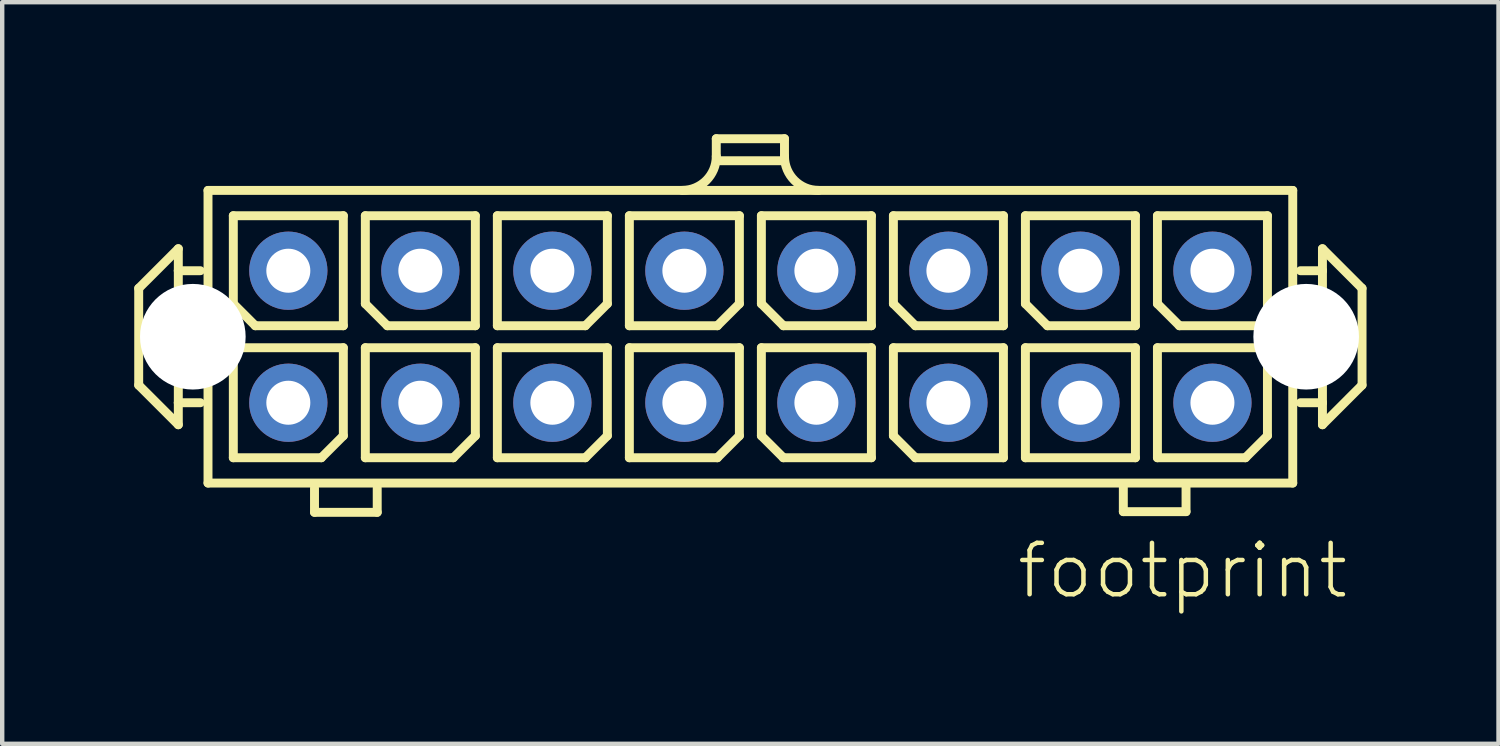
<source format=kicad_pcb>
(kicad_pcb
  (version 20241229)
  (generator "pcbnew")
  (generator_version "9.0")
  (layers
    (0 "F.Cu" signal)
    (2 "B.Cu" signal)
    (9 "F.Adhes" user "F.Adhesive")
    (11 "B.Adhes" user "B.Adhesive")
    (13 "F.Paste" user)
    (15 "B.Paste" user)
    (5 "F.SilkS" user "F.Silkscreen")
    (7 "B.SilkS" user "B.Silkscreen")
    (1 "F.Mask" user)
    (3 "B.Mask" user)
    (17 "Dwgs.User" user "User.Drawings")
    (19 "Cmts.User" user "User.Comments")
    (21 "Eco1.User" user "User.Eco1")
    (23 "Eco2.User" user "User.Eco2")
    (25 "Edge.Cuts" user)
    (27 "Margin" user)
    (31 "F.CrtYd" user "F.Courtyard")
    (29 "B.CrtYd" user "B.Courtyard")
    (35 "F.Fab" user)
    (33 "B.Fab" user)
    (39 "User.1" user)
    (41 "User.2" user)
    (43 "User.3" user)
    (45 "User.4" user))
  (footprint "footprint"
    (layer "F.Cu")
    (at 14.002 4.602)
    (property "Reference" "footprint" (at 6 6 0) (layer "F.SilkS") (effects (font (size 1.168 1.168) (thickness 0.102)) (justify left bottom)))
    (fp_line (start -13.9 -1.1) (end -13 -2) (stroke (width 0.203) (type solid)) (layer "F.SilkS"))
    (fp_line (start -13.9 1.1) (end -13.9 -1.1) (stroke (width 0.203) (type solid)) (layer "F.SilkS"))
    (fp_line (start -13 -2) (end -13 -1.5) (stroke (width 0.203) (type solid)) (layer "F.SilkS"))
    (fp_line (start -13 -1.5) (end -13 1.5) (stroke (width 0.203) (type solid)) (layer "F.SilkS"))
    (fp_line (start -13 -1.5) (end -12.5 -1.5) (stroke (width 0.203) (type solid)) (layer "F.SilkS"))
    (fp_line (start -13 1.5) (end -13 2) (stroke (width 0.203) (type solid)) (layer "F.SilkS"))
    (fp_line (start -13 1.5) (end -12.5 1.5) (stroke (width 0.203) (type solid)) (layer "F.SilkS"))
    (fp_line (start -13 2) (end -13.9 1.1) (stroke (width 0.203) (type solid)) (layer "F.SilkS"))
    (fp_line (start -12.325 -3.325) (end 12.325 -3.325) (stroke (width 0.203) (type solid)) (layer "F.SilkS"))
    (fp_line (start -12.325 3.325) (end -12.325 -3.325) (stroke (width 0.203) (type solid)) (layer "F.SilkS"))
    (fp_line (start -11.75 -2.75) (end -11.75 -0.75) (stroke (width 0.203) (type solid)) (layer "F.SilkS"))
    (fp_line (start -11.75 0.25) (end -11.75 2.75) (stroke (width 0.203) (type solid)) (layer "F.SilkS"))
    (fp_line (start -11.75 0.25) (end -9.25 0.25) (stroke (width 0.203) (type solid)) (layer "F.SilkS"))
    (fp_line (start -11.75 2.75) (end -9.75 2.75) (stroke (width 0.203) (type solid)) (layer "F.SilkS"))
    (fp_line (start -11.25 -0.25) (end -11.75 -0.75) (stroke (width 0.203) (type solid)) (layer "F.SilkS"))
    (fp_line (start -11.25 -0.25) (end -9.25 -0.25) (stroke (width 0.203) (type solid)) (layer "F.SilkS"))
    (fp_line (start -9.905 3.99) (end -9.905 3.44) (stroke (width 0.203) (type solid)) (layer "F.SilkS"))
    (fp_line (start -9.75 2.75) (end -9.25 2.25) (stroke (width 0.203) (type solid)) (layer "F.SilkS"))
    (fp_line (start -9.25 -2.75) (end -11.75 -2.75) (stroke (width 0.203) (type solid)) (layer "F.SilkS"))
    (fp_line (start -9.25 -2.75) (end -9.25 -0.25) (stroke (width 0.203) (type solid)) (layer "F.SilkS"))
    (fp_line (start -9.25 0.25) (end -9.25 2.25) (stroke (width 0.203) (type solid)) (layer "F.SilkS"))
    (fp_line (start -8.75 -2.75) (end -8.75 -0.75) (stroke (width 0.203) (type solid)) (layer "F.SilkS"))
    (fp_line (start -8.75 0.25) (end -8.75 2.75) (stroke (width 0.203) (type solid)) (layer "F.SilkS"))
    (fp_line (start -8.75 0.25) (end -6.25 0.25) (stroke (width 0.203) (type solid)) (layer "F.SilkS"))
    (fp_line (start -8.75 2.75) (end -6.75 2.75) (stroke (width 0.203) (type solid)) (layer "F.SilkS"))
    (fp_line (start -8.48 3.99) (end -9.905 3.99) (stroke (width 0.203) (type solid)) (layer "F.SilkS"))
    (fp_line (start -8.48 3.99) (end -8.48 3.44) (stroke (width 0.203) (type solid)) (layer "F.SilkS"))
    (fp_line (start -8.25 -0.25) (end -8.75 -0.75) (stroke (width 0.203) (type solid)) (layer "F.SilkS"))
    (fp_line (start -8.25 -0.25) (end -6.25 -0.25) (stroke (width 0.203) (type solid)) (layer "F.SilkS"))
    (fp_line (start -6.75 2.75) (end -6.25 2.25) (stroke (width 0.203) (type solid)) (layer "F.SilkS"))
    (fp_line (start -6.25 -2.75) (end -8.75 -2.75) (stroke (width 0.203) (type solid)) (layer "F.SilkS"))
    (fp_line (start -6.25 -2.75) (end -6.25 -0.25) (stroke (width 0.203) (type solid)) (layer "F.SilkS"))
    (fp_line (start -6.25 0.25) (end -6.25 2.25) (stroke (width 0.203) (type solid)) (layer "F.SilkS"))
    (fp_line (start -5.75 -2.75) (end -5.75 -0.25) (stroke (width 0.203) (type solid)) (layer "F.SilkS"))
    (fp_line (start -5.75 -0.25) (end -3.75 -0.25) (stroke (width 0.203) (type solid)) (layer "F.SilkS"))
    (fp_line (start -5.75 0.25) (end -5.75 2.75) (stroke (width 0.203) (type solid)) (layer "F.SilkS"))
    (fp_line (start -5.75 0.25) (end -3.25 0.25) (stroke (width 0.203) (type solid)) (layer "F.SilkS"))
    (fp_line (start -5.75 2.75) (end -3.75 2.75) (stroke (width 0.203) (type solid)) (layer "F.SilkS"))
    (fp_line (start -3.75 -0.25) (end -3.25 -0.75) (stroke (width 0.203) (type solid)) (layer "F.SilkS"))
    (fp_line (start -3.75 2.75) (end -3.25 2.25) (stroke (width 0.203) (type solid)) (layer "F.SilkS"))
    (fp_line (start -3.25 -2.75) (end -5.75 -2.75) (stroke (width 0.203) (type solid)) (layer "F.SilkS"))
    (fp_line (start -3.25 -2.75) (end -3.25 -0.75) (stroke (width 0.203) (type solid)) (layer "F.SilkS"))
    (fp_line (start -3.25 0.25) (end -3.25 2.25) (stroke (width 0.203) (type solid)) (layer "F.SilkS"))
    (fp_line (start -2.75 -2.75) (end -2.75 -0.25) (stroke (width 0.203) (type solid)) (layer "F.SilkS"))
    (fp_line (start -2.75 -0.25) (end -0.75 -0.25) (stroke (width 0.203) (type solid)) (layer "F.SilkS"))
    (fp_line (start -2.75 0.25) (end -2.75 2.75) (stroke (width 0.203) (type solid)) (layer "F.SilkS"))
    (fp_line (start -2.75 0.25) (end -0.25 0.25) (stroke (width 0.203) (type solid)) (layer "F.SilkS"))
    (fp_line (start -2.75 2.75) (end -0.75 2.75) (stroke (width 0.203) (type solid)) (layer "F.SilkS"))
    (fp_line (start -0.775 -4.5) (end 0.775 -4.5) (stroke (width 0.203) (type solid)) (layer "F.SilkS"))
    (fp_line (start -0.775 -4.1) (end -0.775 -4.5) (stroke (width 0.203) (type solid)) (layer "F.SilkS"))
    (fp_line (start -0.75 -0.25) (end -0.25 -0.75) (stroke (width 0.203) (type solid)) (layer "F.SilkS"))
    (fp_line (start -0.75 2.75) (end -0.25 2.25) (stroke (width 0.203) (type solid)) (layer "F.SilkS"))
    (fp_line (start -0.25 -2.75) (end -2.75 -2.75) (stroke (width 0.203) (type solid)) (layer "F.SilkS"))
    (fp_line (start -0.25 -2.75) (end -0.25 -0.75) (stroke (width 0.203) (type solid)) (layer "F.SilkS"))
    (fp_line (start -0.25 0.25) (end -0.25 2.25) (stroke (width 0.203) (type solid)) (layer "F.SilkS"))
    (fp_line (start 0.25 -2.75) (end 0.25 -0.75) (stroke (width 0.203) (type solid)) (layer "F.SilkS"))
    (fp_line (start 0.25 0.25) (end 0.25 2.25) (stroke (width 0.203) (type solid)) (layer "F.SilkS"))
    (fp_line (start 0.25 0.25) (end 2.75 0.25) (stroke (width 0.203) (type solid)) (layer "F.SilkS"))
    (fp_line (start 0.75 -4) (end -0.75 -4) (stroke (width 0.203) (type solid)) (layer "F.SilkS"))
    (fp_line (start 0.75 -0.25) (end 0.25 -0.75) (stroke (width 0.203) (type solid)) (layer "F.SilkS"))
    (fp_line (start 0.75 -0.25) (end 2.75 -0.25) (stroke (width 0.203) (type solid)) (layer "F.SilkS"))
    (fp_line (start 0.75 2.75) (end 0.25 2.25) (stroke (width 0.203) (type solid)) (layer "F.SilkS"))
    (fp_line (start 0.75 2.75) (end 2.75 2.75) (stroke (width 0.203) (type solid)) (layer "F.SilkS"))
    (fp_line (start 0.775 -4.1) (end 0.775 -4.5) (stroke (width 0.203) (type solid)) (layer "F.SilkS"))
    (fp_line (start 2.75 -2.75) (end 0.25 -2.75) (stroke (width 0.203) (type solid)) (layer "F.SilkS"))
    (fp_line (start 2.75 -2.75) (end 2.75 -0.25) (stroke (width 0.203) (type solid)) (layer "F.SilkS"))
    (fp_line (start 2.75 0.25) (end 2.75 2.75) (stroke (width 0.203) (type solid)) (layer "F.SilkS"))
    (fp_line (start 3.25 -2.75) (end 3.25 -0.75) (stroke (width 0.203) (type solid)) (layer "F.SilkS"))
    (fp_line (start 3.25 0.25) (end 3.25 2.25) (stroke (width 0.203) (type solid)) (layer "F.SilkS"))
    (fp_line (start 3.25 0.25) (end 5.75 0.25) (stroke (width 0.203) (type solid)) (layer "F.SilkS"))
    (fp_line (start 3.75 -0.25) (end 3.25 -0.75) (stroke (width 0.203) (type solid)) (layer "F.SilkS"))
    (fp_line (start 3.75 -0.25) (end 5.75 -0.25) (stroke (width 0.203) (type solid)) (layer "F.SilkS"))
    (fp_line (start 3.75 2.75) (end 3.25 2.25) (stroke (width 0.203) (type solid)) (layer "F.SilkS"))
    (fp_line (start 3.75 2.75) (end 5.75 2.75) (stroke (width 0.203) (type solid)) (layer "F.SilkS"))
    (fp_line (start 5.75 -2.75) (end 3.25 -2.75) (stroke (width 0.203) (type solid)) (layer "F.SilkS"))
    (fp_line (start 5.75 -2.75) (end 5.75 -0.25) (stroke (width 0.203) (type solid)) (layer "F.SilkS"))
    (fp_line (start 5.75 0.25) (end 5.75 2.75) (stroke (width 0.203) (type solid)) (layer "F.SilkS"))
    (fp_line (start 6.25 -2.75) (end 6.25 -0.75) (stroke (width 0.203) (type solid)) (layer "F.SilkS"))
    (fp_line (start 6.25 0.25) (end 6.25 2.75) (stroke (width 0.203) (type solid)) (layer "F.SilkS"))
    (fp_line (start 6.25 0.25) (end 8.75 0.25) (stroke (width 0.203) (type solid)) (layer "F.SilkS"))
    (fp_line (start 6.25 2.75) (end 8.75 2.75) (stroke (width 0.203) (type solid)) (layer "F.SilkS"))
    (fp_line (start 6.75 -0.25) (end 6.25 -0.75) (stroke (width 0.203) (type solid)) (layer "F.SilkS"))
    (fp_line (start 6.75 -0.25) (end 8.75 -0.25) (stroke (width 0.203) (type solid)) (layer "F.SilkS"))
    (fp_line (start 8.475 3.975) (end 8.475 3.425) (stroke (width 0.203) (type solid)) (layer "F.SilkS"))
    (fp_line (start 8.75 -2.75) (end 6.25 -2.75) (stroke (width 0.203) (type solid)) (layer "F.SilkS"))
    (fp_line (start 8.75 -2.75) (end 8.75 -0.25) (stroke (width 0.203) (type solid)) (layer "F.SilkS"))
    (fp_line (start 8.75 0.25) (end 8.75 2.75) (stroke (width 0.203) (type solid)) (layer "F.SilkS"))
    (fp_line (start 9.25 -2.75) (end 9.25 -0.75) (stroke (width 0.203) (type solid)) (layer "F.SilkS"))
    (fp_line (start 9.25 0.25) (end 9.25 2.75) (stroke (width 0.203) (type solid)) (layer "F.SilkS"))
    (fp_line (start 9.25 0.25) (end 11.75 0.25) (stroke (width 0.203) (type solid)) (layer "F.SilkS"))
    (fp_line (start 9.25 2.75) (end 11.25 2.75) (stroke (width 0.203) (type solid)) (layer "F.SilkS"))
    (fp_line (start 9.75 -0.25) (end 9.25 -0.75) (stroke (width 0.203) (type solid)) (layer "F.SilkS"))
    (fp_line (start 9.75 -0.25) (end 11.75 -0.25) (stroke (width 0.203) (type solid)) (layer "F.SilkS"))
    (fp_line (start 9.9 3.975) (end 8.475 3.975) (stroke (width 0.203) (type solid)) (layer "F.SilkS"))
    (fp_line (start 9.9 3.975) (end 9.9 3.425) (stroke (width 0.203) (type solid)) (layer "F.SilkS"))
    (fp_line (start 11.25 2.75) (end 11.75 2.25) (stroke (width 0.203) (type solid)) (layer "F.SilkS"))
    (fp_line (start 11.75 -2.75) (end 9.25 -2.75) (stroke (width 0.203) (type solid)) (layer "F.SilkS"))
    (fp_line (start 11.75 -0.25) (end 11.75 -2.75) (stroke (width 0.203) (type solid)) (layer "F.SilkS"))
    (fp_line (start 11.75 2.25) (end 11.75 0.25) (stroke (width 0.203) (type solid)) (layer "F.SilkS"))
    (fp_line (start 12.325 -3.325) (end 12.325 3.325) (stroke (width 0.203) (type solid)) (layer "F.SilkS"))
    (fp_line (start 12.325 3.325) (end -12.325 3.325) (stroke (width 0.203) (type solid)) (layer "F.SilkS"))
    (fp_line (start 13 -2) (end 13 -1.5) (stroke (width 0.203) (type solid)) (layer "F.SilkS"))
    (fp_line (start 13 -2) (end 13.9 -1.1) (stroke (width 0.203) (type solid)) (layer "F.SilkS"))
    (fp_line (start 13 -1.5) (end 12.5 -1.5) (stroke (width 0.203) (type solid)) (layer "F.SilkS"))
    (fp_line (start 13 -1.5) (end 13 1.5) (stroke (width 0.203) (type solid)) (layer "F.SilkS"))
    (fp_line (start 13 1.5) (end 12.5 1.5) (stroke (width 0.203) (type solid)) (layer "F.SilkS"))
    (fp_line (start 13 1.5) (end 13 2) (stroke (width 0.203) (type solid)) (layer "F.SilkS"))
    (fp_line (start 13.9 -1.1) (end 13.9 1.1) (stroke (width 0.203) (type solid)) (layer "F.SilkS"))
    (fp_line (start 13.9 1.1) (end 13 2) (stroke (width 0.203) (type solid)) (layer "F.SilkS"))
    (fp_arc (start -0.775 -4.1) (mid -1.001992 -3.551992) (end -1.55 -3.325) (stroke (width 0.2032) (type solid)) (layer "F.SilkS"))
    (fp_arc (start 1.55 -3.325) (mid 1.001992 -3.551992) (end 0.775 -4.1) (stroke (width 0.2032) (type solid)) (layer "F.SilkS"))
    (pad "" np_thru_hole circle (at -12.67 0) (size 2.4 2.4) (drill 2.4) (layers "*.Cu" "*.Mask"))
    (pad "" np_thru_hole circle (at 12.63 0) (size 2.4 2.4) (drill 2.4) (layers "*.Cu" "*.Mask"))
    (pad "1" thru_hole circle (at 10.5 1.5) (size 1.778 1.778) (drill 1) (layers "*.Cu" "*.Mask"))
    (pad "2" thru_hole circle (at 10.5 -1.5) (size 1.778 1.778) (drill 1) (layers "*.Cu" "*.Mask"))
    (pad "3" thru_hole circle (at 7.5 1.5) (size 1.778 1.778) (drill 1) (layers "*.Cu" "*.Mask"))
    (pad "4" thru_hole circle (at 7.5 -1.5) (size 1.778 1.778) (drill 1) (layers "*.Cu" "*.Mask"))
    (pad "5" thru_hole circle (at 4.5 1.5) (size 1.778 1.778) (drill 1) (layers "*.Cu" "*.Mask"))
    (pad "6" thru_hole circle (at 4.5 -1.5) (size 1.778 1.778) (drill 1) (layers "*.Cu" "*.Mask"))
    (pad "7" thru_hole circle (at 1.5 1.5) (size 1.778 1.778) (drill 1) (layers "*.Cu" "*.Mask"))
    (pad "8" thru_hole circle (at 1.5 -1.5) (size 1.778 1.778) (drill 1) (layers "*.Cu" "*.Mask"))
    (pad "9" thru_hole circle (at -1.5 1.5) (size 1.778 1.778) (drill 1) (layers "*.Cu" "*.Mask"))
    (pad "10" thru_hole circle (at -1.5 -1.5) (size 1.778 1.778) (drill 1) (layers "*.Cu" "*.Mask"))
    (pad "11" thru_hole circle (at -4.5 1.5) (size 1.778 1.778) (drill 1) (layers "*.Cu" "*.Mask"))
    (pad "12" thru_hole circle (at -4.5 -1.5) (size 1.778 1.778) (drill 1) (layers "*.Cu" "*.Mask"))
    (pad "13" thru_hole circle (at -7.5 1.5) (size 1.778 1.778) (drill 1) (layers "*.Cu" "*.Mask"))
    (pad "14" thru_hole circle (at -7.5 -1.5) (size 1.778 1.778) (drill 1) (layers "*.Cu" "*.Mask"))
    (pad "15" thru_hole circle (at -10.5 1.5) (size 1.778 1.778) (drill 1) (layers "*.Cu" "*.Mask"))
    (pad "16" thru_hole circle (at -10.5 -1.5) (size 1.778 1.778) (drill 1) (layers "*.Cu" "*.Mask")))
  (gr_rect
    (start -3 -3)
    (end 31.003 13.852)
    (stroke (width 0.1) (type default))
    (fill no)
    (layer "Edge.Cuts")))
</source>
